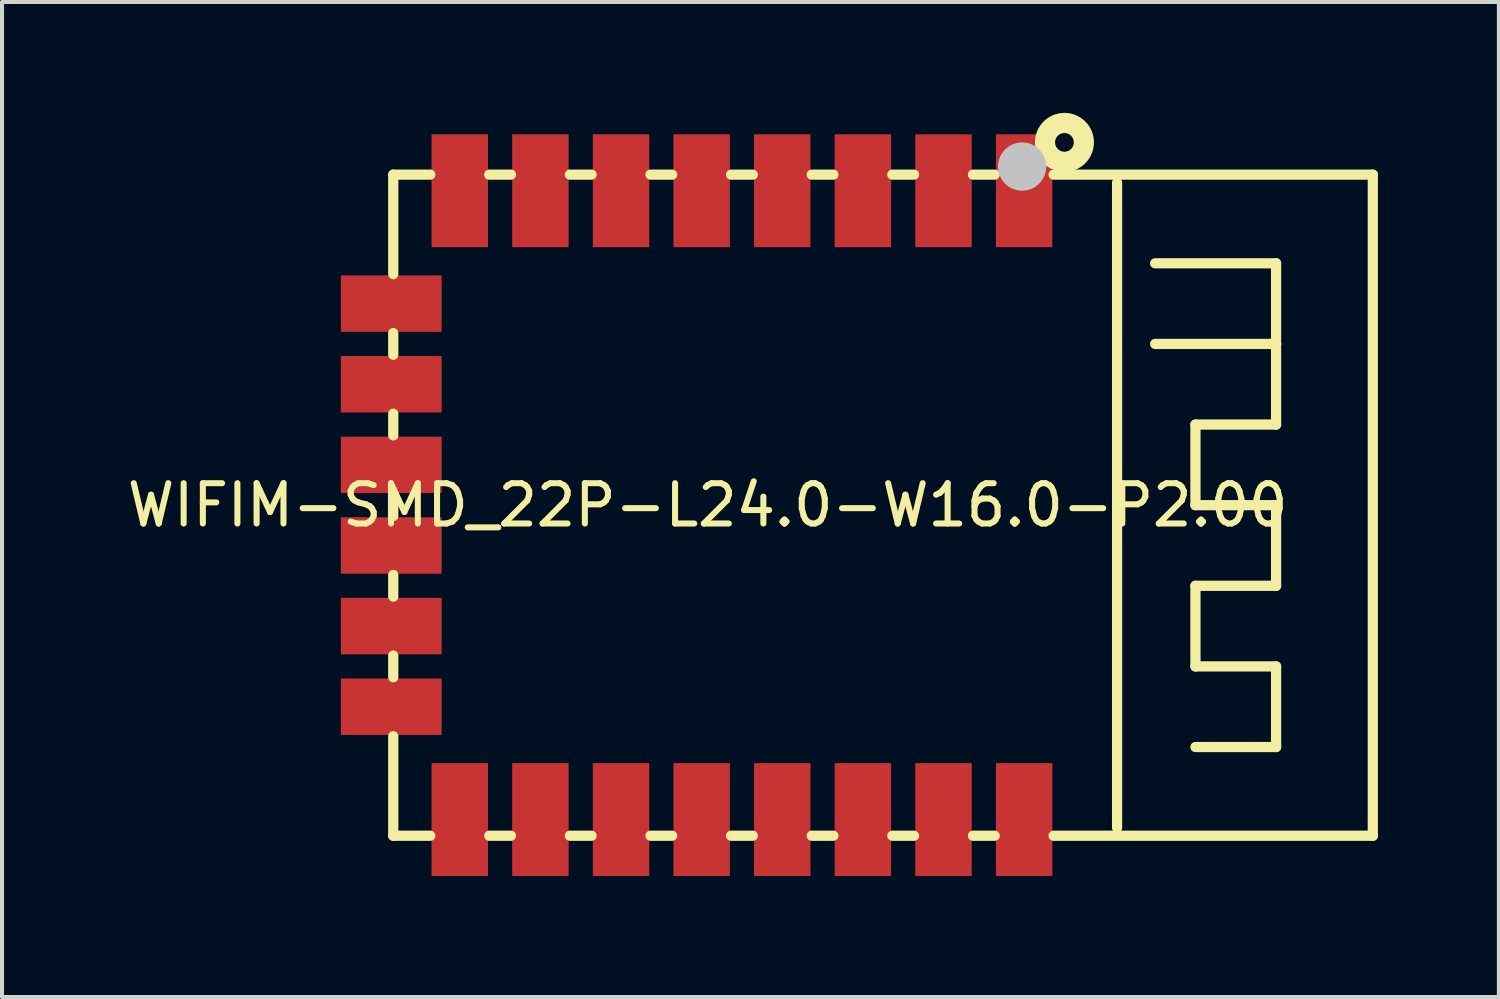
<source format=kicad_pcb>
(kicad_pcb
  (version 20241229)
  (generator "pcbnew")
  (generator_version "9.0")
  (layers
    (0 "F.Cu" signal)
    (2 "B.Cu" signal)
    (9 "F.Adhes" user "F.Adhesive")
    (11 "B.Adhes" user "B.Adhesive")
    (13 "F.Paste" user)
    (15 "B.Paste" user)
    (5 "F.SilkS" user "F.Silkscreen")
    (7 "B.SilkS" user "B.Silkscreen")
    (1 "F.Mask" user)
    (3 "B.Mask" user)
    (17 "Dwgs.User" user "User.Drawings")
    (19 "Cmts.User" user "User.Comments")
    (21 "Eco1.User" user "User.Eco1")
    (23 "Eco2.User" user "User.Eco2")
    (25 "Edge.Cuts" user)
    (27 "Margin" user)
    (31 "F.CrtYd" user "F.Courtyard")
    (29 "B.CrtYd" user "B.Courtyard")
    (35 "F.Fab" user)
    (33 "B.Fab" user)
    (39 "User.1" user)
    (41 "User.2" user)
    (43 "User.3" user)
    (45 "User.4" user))
  (footprint "WIFIM-SMD_22P-L24.0-W16.0-P2.00"
    (layer "F.Cu")
    (at 14.506 9.482)
    (property "Reference" "WIFIM-SMD_22P-L24.0-W16.0-P2.00" (at 0 0 0) (layer "F.SilkS") (effects (font (size 1 1) (thickness 0.15))))
    (fp_line (start -7.8 -8.2) (end -6.881 -8.2) (stroke (width 0.254) (type default)) (layer "F.SilkS"))
    (fp_line (start -7.8 -5.731) (end -7.8 -8.2) (stroke (width 0.254) (type default)) (layer "F.SilkS"))
    (fp_line (start -7.8 -3.731) (end -7.8 -4.269) (stroke (width 0.254) (type default)) (layer "F.SilkS"))
    (fp_line (start -7.8 -1.731) (end -7.8 -2.269) (stroke (width 0.254) (type default)) (layer "F.SilkS"))
    (fp_line (start -7.8 0.269) (end -7.8 -0.269) (stroke (width 0.254) (type default)) (layer "F.SilkS"))
    (fp_line (start -7.8 2.269) (end -7.8 1.731) (stroke (width 0.254) (type default)) (layer "F.SilkS"))
    (fp_line (start -7.8 4.269) (end -7.8 3.731) (stroke (width 0.254) (type default)) (layer "F.SilkS"))
    (fp_line (start -7.8 8.2) (end -7.8 5.731) (stroke (width 0.254) (type default)) (layer "F.SilkS"))
    (fp_line (start -6.881 8.2) (end -7.8 8.2) (stroke (width 0.254) (type default)) (layer "F.SilkS"))
    (fp_line (start -5.419 -8.2) (end -4.881 -8.2) (stroke (width 0.254) (type default)) (layer "F.SilkS"))
    (fp_line (start -4.881 8.2) (end -5.419 8.2) (stroke (width 0.254) (type default)) (layer "F.SilkS"))
    (fp_line (start -3.419 -8.2) (end -2.881 -8.2) (stroke (width 0.254) (type default)) (layer "F.SilkS"))
    (fp_line (start -2.881 8.2) (end -3.419 8.2) (stroke (width 0.254) (type default)) (layer "F.SilkS"))
    (fp_line (start -1.419 -8.2) (end -0.881 -8.2) (stroke (width 0.254) (type default)) (layer "F.SilkS"))
    (fp_line (start -0.881 8.2) (end -1.419 8.2) (stroke (width 0.254) (type default)) (layer "F.SilkS"))
    (fp_line (start 0.581 -8.2) (end 1.119 -8.2) (stroke (width 0.254) (type default)) (layer "F.SilkS"))
    (fp_line (start 1.119 8.2) (end 0.581 8.2) (stroke (width 0.254) (type default)) (layer "F.SilkS"))
    (fp_line (start 2.581 -8.2) (end 3.119 -8.2) (stroke (width 0.254) (type default)) (layer "F.SilkS"))
    (fp_line (start 3.119 8.2) (end 2.581 8.2) (stroke (width 0.254) (type default)) (layer "F.SilkS"))
    (fp_line (start 4.581 -8.2) (end 5.119 -8.2) (stroke (width 0.254) (type default)) (layer "F.SilkS"))
    (fp_line (start 5.119 8.2) (end 4.581 8.2) (stroke (width 0.254) (type default)) (layer "F.SilkS"))
    (fp_line (start 6.581 -8.2) (end 7.119 -8.2) (stroke (width 0.254) (type default)) (layer "F.SilkS"))
    (fp_line (start 7.119 8.2) (end 6.581 8.2) (stroke (width 0.254) (type default)) (layer "F.SilkS"))
    (fp_line (start 8.581 -8.2) (end 16.5 -8.2) (stroke (width 0.254) (type default)) (layer "F.SilkS"))
    (fp_line (start 10.156 -8.001) (end 10.156 8.001) (stroke (width 0.254) (type default)) (layer "F.SilkS"))
    (fp_line (start 11.1 -6) (end 14.1 -6) (stroke (width 0.254) (type default)) (layer "F.SilkS"))
    (fp_line (start 12.1 -2) (end 12.1 0) (stroke (width 0.254) (type default)) (layer "F.SilkS"))
    (fp_line (start 12.1 0) (end 14.1 0) (stroke (width 0.254) (type default)) (layer "F.SilkS"))
    (fp_line (start 12.1 2) (end 12.1 4) (stroke (width 0.254) (type default)) (layer "F.SilkS"))
    (fp_line (start 12.1 4) (end 14.1 4) (stroke (width 0.254) (type default)) (layer "F.SilkS"))
    (fp_line (start 14.1 -6) (end 14.1 -4) (stroke (width 0.254) (type default)) (layer "F.SilkS"))
    (fp_line (start 14.1 -4) (end 11.1 -4) (stroke (width 0.254) (type default)) (layer "F.SilkS"))
    (fp_line (start 14.1 -4) (end 14.1 -2) (stroke (width 0.254) (type default)) (layer "F.SilkS"))
    (fp_line (start 14.1 -2) (end 12.1 -2) (stroke (width 0.254) (type default)) (layer "F.SilkS"))
    (fp_line (start 14.1 0) (end 14.1 2) (stroke (width 0.254) (type default)) (layer "F.SilkS"))
    (fp_line (start 14.1 2) (end 12.1 2) (stroke (width 0.254) (type default)) (layer "F.SilkS"))
    (fp_line (start 14.1 4) (end 14.1 6) (stroke (width 0.254) (type default)) (layer "F.SilkS"))
    (fp_line (start 14.1 6) (end 12.1 6) (stroke (width 0.254) (type default)) (layer "F.SilkS"))
    (fp_line (start 16.5 -8.2) (end 16.5 8.2) (stroke (width 0.254) (type default)) (layer "F.SilkS"))
    (fp_line (start 16.5 8.2) (end 8.581 8.2) (stroke (width 0.254) (type default)) (layer "F.SilkS"))
    (fp_circle (center 8.85 -9) (end 9.082 -9) (stroke (width 0.5) (type default)) (fill no) (layer "F.SilkS"))
    (fp_circle (center 7.8 -8.4) (end 8.1 -8.4) (stroke (width 0.6) (type default)) (fill no) (layer "Dwgs.User"))
    (fp_poly (pts (xy -7.65 -1.45) (xy -6.65 -1.45) (xy -6.65 -0.55) (xy -7.65 -0.55)) (stroke (width 0.1) (type default)) (fill no) (layer "User.1"))
    (fp_poly (pts (xy -7.65 0.55) (xy -6.65 0.55) (xy -6.65 1.45) (xy -7.65 1.45)) (stroke (width 0.1) (type default)) (fill no) (layer "User.1"))
    (fp_poly (pts (xy -7.65 2.55) (xy -6.65 2.55) (xy -6.65 3.45) (xy -7.65 3.45)) (stroke (width 0.1) (type default)) (fill no) (layer "User.1"))
    (fp_poly (pts (xy -7.65 4.55) (xy -6.65 4.55) (xy -6.65 5.45) (xy -7.65 5.45)) (stroke (width 0.1) (type default)) (fill no) (layer "User.1"))
    (fp_poly (pts (xy -6.65 -4.55) (xy -7.65 -4.55) (xy -7.65 -5.45) (xy -6.65 -5.45)) (stroke (width 0.1) (type default)) (fill no) (layer "User.1"))
    (fp_poly (pts (xy -6.65 -2.55) (xy -7.65 -2.55) (xy -7.65 -3.45) (xy -6.65 -3.45)) (stroke (width 0.1) (type default)) (fill no) (layer "User.1"))
    (fp_poly (pts (xy -6.65 8) (xy -6.65 6.5) (xy -5.65 6.5) (xy -5.65 8)) (stroke (width 0.1) (type default)) (fill no) (layer "User.1"))
    (fp_poly (pts (xy -5.65 -8) (xy -5.65 -6.5) (xy -6.65 -6.5) (xy -6.65 -8)) (stroke (width 0.1) (type default)) (fill no) (layer "User.1"))
    (fp_poly (pts (xy -4.65 8) (xy -4.65 6.5) (xy -3.65 6.5) (xy -3.65 8)) (stroke (width 0.1) (type default)) (fill no) (layer "User.1"))
    (fp_poly (pts (xy -3.65 -8) (xy -3.65 -6.5) (xy -4.65 -6.5) (xy -4.65 -8)) (stroke (width 0.1) (type default)) (fill no) (layer "User.1"))
    (fp_poly (pts (xy -2.65 8) (xy -2.65 6.5) (xy -1.65 6.5) (xy -1.65 8)) (stroke (width 0.1) (type default)) (fill no) (layer "User.1"))
    (fp_poly (pts (xy -1.65 -8) (xy -1.65 -6.5) (xy -2.65 -6.5) (xy -2.65 -8)) (stroke (width 0.1) (type default)) (fill no) (layer "User.1"))
    (fp_poly (pts (xy -0.65 8) (xy -0.65 6.5) (xy 0.35 6.5) (xy 0.35 8)) (stroke (width 0.1) (type default)) (fill no) (layer "User.1"))
    (fp_poly (pts (xy 0.35 -8) (xy 0.35 -6.5) (xy -0.65 -6.5) (xy -0.65 -8)) (stroke (width 0.1) (type default)) (fill no) (layer "User.1"))
    (fp_poly (pts (xy 1.35 8) (xy 1.35 6.5) (xy 2.35 6.5) (xy 2.35 8)) (stroke (width 0.1) (type default)) (fill no) (layer "User.1"))
    (fp_poly (pts (xy 2.35 -8) (xy 2.35 -6.5) (xy 1.35 -6.5) (xy 1.35 -8)) (stroke (width 0.1) (type default)) (fill no) (layer "User.1"))
    (fp_poly (pts (xy 3.35 8) (xy 3.35 6.5) (xy 4.35 6.5) (xy 4.35 8)) (stroke (width 0.1) (type default)) (fill no) (layer "User.1"))
    (fp_poly (pts (xy 4.35 -8) (xy 4.35 -6.5) (xy 3.35 -6.5) (xy 3.35 -8)) (stroke (width 0.1) (type default)) (fill no) (layer "User.1"))
    (fp_poly (pts (xy 5.35 8) (xy 5.35 6.5) (xy 6.35 6.5) (xy 6.35 8)) (stroke (width 0.1) (type default)) (fill no) (layer "User.1"))
    (fp_poly (pts (xy 6.35 -8) (xy 6.35 -6.5) (xy 5.35 -6.5) (xy 5.35 -8)) (stroke (width 0.1) (type default)) (fill no) (layer "User.1"))
    (fp_poly (pts (xy 7.35 8) (xy 7.35 6.5) (xy 8.35 6.5) (xy 8.35 8)) (stroke (width 0.1) (type default)) (fill no) (layer "User.1"))
    (fp_poly (pts (xy 8.35 -8) (xy 8.35 -6.5) (xy 7.35 -6.5) (xy 7.35 -8)) (stroke (width 0.1) (type default)) (fill no) (layer "User.1"))
    (fp_line (start -7.65 -8) (end 16.35 -8) (stroke (width 0.051) (type default)) (layer "User.2"))
    (fp_line (start -7.65 8) (end -7.65 -8) (stroke (width 0.051) (type default)) (layer "User.2"))
    (fp_line (start 16.35 -8) (end 16.35 8) (stroke (width 0.051) (type default)) (layer "User.2"))
    (fp_line (start 16.35 8) (end -7.65 8) (stroke (width 0.051) (type default)) (layer "User.2"))
    (fp_poly (pts (xy 16.405 -8.023) (xy 16.373 -8.055) (xy 16.327 -8.055) (xy 16.295 -8.023) (xy 16.295 -7.977) (xy 16.327 -7.945) (xy 16.373 -7.945) (xy 16.405 -7.977)) (stroke (width 0.1) (type default)) (fill no) (layer "User.3"))
    (pad "1" smd rect (at 7.85 -7.8) (size 1.4 2.8) (layers "F.Cu" "F.Mask" "F.Paste"))
    (pad "2" smd rect (at 5.85 -7.8) (size 1.4 2.8) (layers "F.Cu" "F.Mask" "F.Paste"))
    (pad "3" smd rect (at 3.85 -7.8) (size 1.4 2.8) (layers "F.Cu" "F.Mask" "F.Paste"))
    (pad "4" smd rect (at 1.85 -7.8) (size 1.4 2.8) (layers "F.Cu" "F.Mask" "F.Paste"))
    (pad "5" smd rect (at -0.15 -7.8) (size 1.4 2.8) (layers "F.Cu" "F.Mask" "F.Paste"))
    (pad "6" smd rect (at -2.15 -7.8) (size 1.4 2.8) (layers "F.Cu" "F.Mask" "F.Paste"))
    (pad "7" smd rect (at -4.15 -7.8) (size 1.4 2.8) (layers "F.Cu" "F.Mask" "F.Paste"))
    (pad "8" smd rect (at -6.15 -7.8) (size 1.4 2.8) (layers "F.Cu" "F.Mask" "F.Paste"))
    (pad "9" smd rect (at -6.15 7.8) (size 1.4 2.8) (layers "F.Cu" "F.Mask" "F.Paste"))
    (pad "10" smd rect (at -4.15 7.8) (size 1.4 2.8) (layers "F.Cu" "F.Mask" "F.Paste"))
    (pad "11" smd rect (at -2.15 7.8) (size 1.4 2.8) (layers "F.Cu" "F.Mask" "F.Paste"))
    (pad "12" smd rect (at -0.15 7.8) (size 1.4 2.8) (layers "F.Cu" "F.Mask" "F.Paste"))
    (pad "13" smd rect (at 1.85 7.8) (size 1.4 2.8) (layers "F.Cu" "F.Mask" "F.Paste"))
    (pad "14" smd rect (at 3.85 7.8) (size 1.4 2.8) (layers "F.Cu" "F.Mask" "F.Paste"))
    (pad "15" smd rect (at 5.85 7.8) (size 1.4 2.8) (layers "F.Cu" "F.Mask" "F.Paste"))
    (pad "16" smd rect (at 7.85 7.8) (size 1.4 2.8) (layers "F.Cu" "F.Mask" "F.Paste"))
    (pad "17" smd rect (at -7.85 -5) (size 2.5 1.4) (layers "F.Cu" "F.Mask" "F.Paste"))
    (pad "18" smd rect (at -7.85 -3) (size 2.5 1.4) (layers "F.Cu" "F.Mask" "F.Paste"))
    (pad "19" smd rect (at -7.85 -1) (size 2.5 1.4) (layers "F.Cu" "F.Mask" "F.Paste"))
    (pad "20" smd rect (at -7.85 1) (size 2.5 1.4) (layers "F.Cu" "F.Mask" "F.Paste"))
    (pad "21" smd rect (at -7.85 3) (size 2.5 1.4) (layers "F.Cu" "F.Mask" "F.Paste"))
    (pad "22" smd rect (at -7.85 5) (size 2.5 1.4) (layers "F.Cu" "F.Mask" "F.Paste")))
  (gr_rect
    (start -3 -3)
    (end 34.133 21.683)
    (stroke (width 0.1) (type default))
    (fill no)
    (layer "Edge.Cuts")))
</source>
